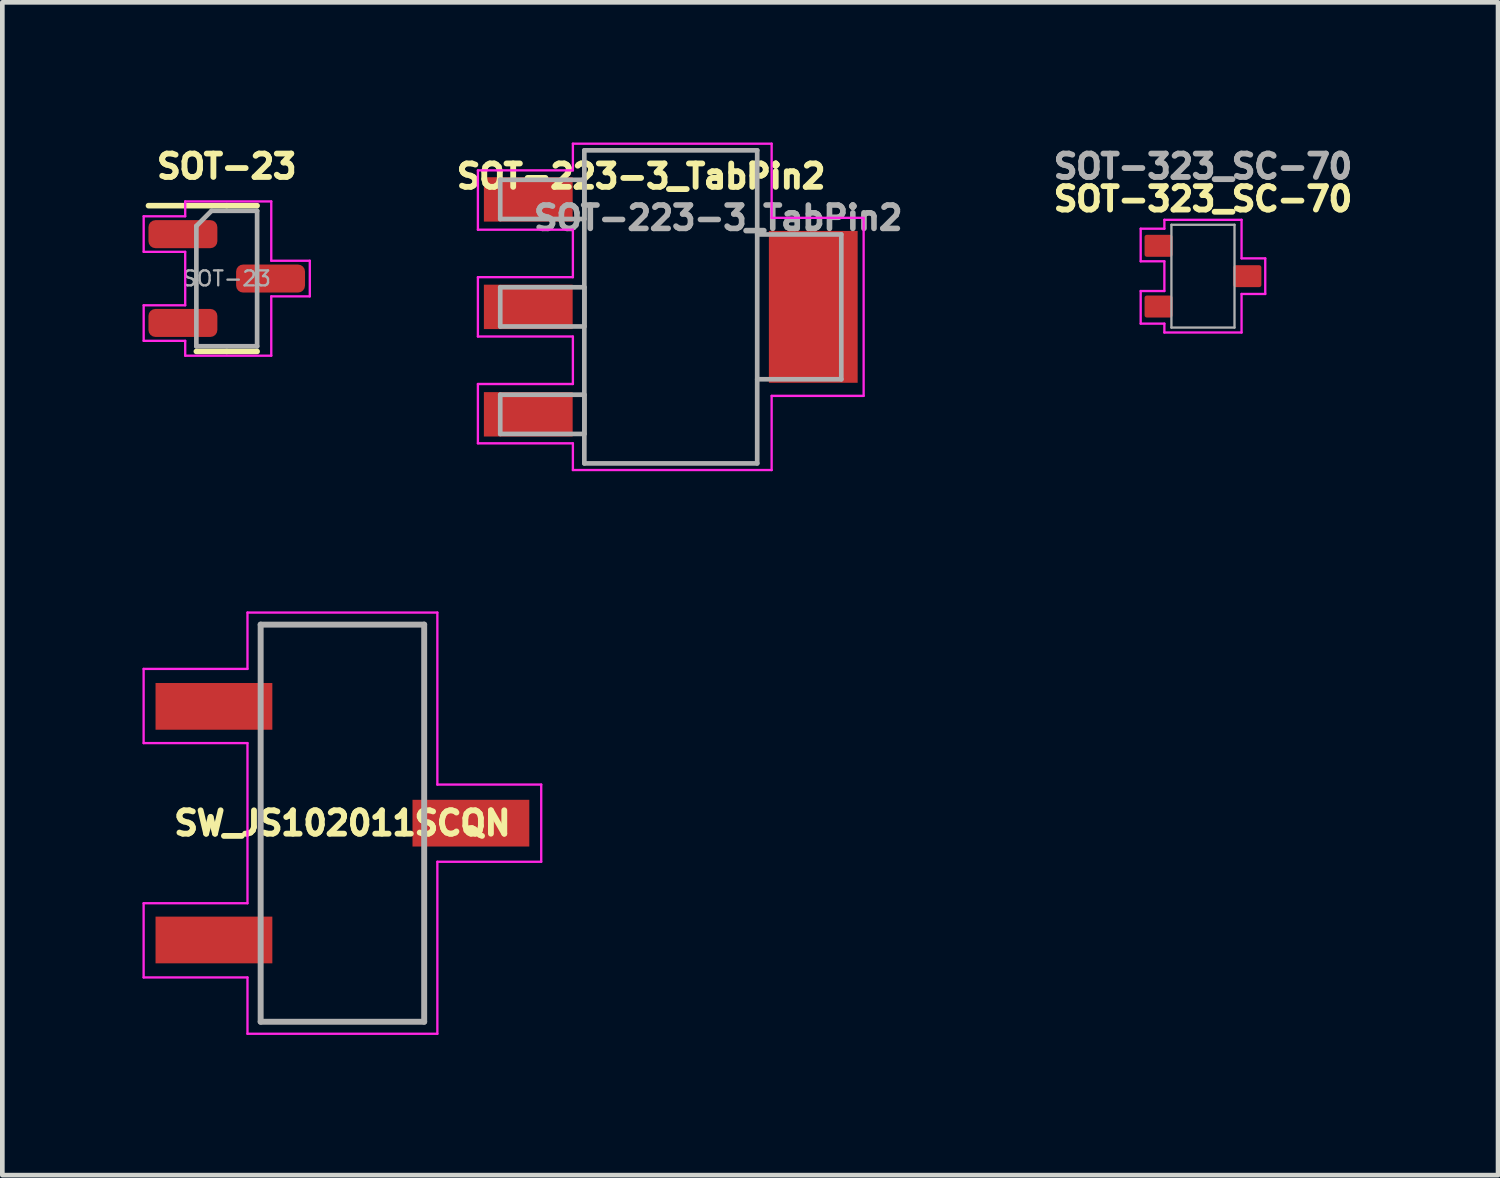
<source format=kicad_pcb>
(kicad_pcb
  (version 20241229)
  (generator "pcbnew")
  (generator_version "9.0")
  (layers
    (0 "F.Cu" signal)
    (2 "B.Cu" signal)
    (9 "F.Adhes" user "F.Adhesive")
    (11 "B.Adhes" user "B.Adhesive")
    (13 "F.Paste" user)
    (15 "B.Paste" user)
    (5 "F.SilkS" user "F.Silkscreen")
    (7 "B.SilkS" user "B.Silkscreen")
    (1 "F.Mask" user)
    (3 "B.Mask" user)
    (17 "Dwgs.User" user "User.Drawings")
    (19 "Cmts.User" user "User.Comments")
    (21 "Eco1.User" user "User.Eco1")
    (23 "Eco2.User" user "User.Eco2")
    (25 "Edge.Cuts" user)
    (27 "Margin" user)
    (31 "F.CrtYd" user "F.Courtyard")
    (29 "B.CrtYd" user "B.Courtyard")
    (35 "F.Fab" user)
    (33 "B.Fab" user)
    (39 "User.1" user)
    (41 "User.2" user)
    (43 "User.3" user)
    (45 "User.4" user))
  (footprint "SOT-323_SC-70"
    (layer "F.Cu")
    (at 22.698 2.861)
    (property "Reference" "SOT-323_SC-70" (at 0 -1.651 0) (layer "F.SilkS") (effects (font (size 0.5 0.5) (thickness 0.125))))
    (attr smd)
    (fp_line (start -1.333 -1.016) (end -1.333 -0.318) (stroke (width 0.05) (type solid)) (layer "F.CrtYd"))
    (fp_line (start -1.333 -1.016) (end -0.826 -1.016) (stroke (width 0.05) (type solid)) (layer "F.CrtYd"))
    (fp_line (start -1.333 -0.318) (end -0.826 -0.318) (stroke (width 0.05) (type solid)) (layer "F.CrtYd"))
    (fp_line (start -1.333 0.318) (end -1.333 1.016) (stroke (width 0.05) (type solid)) (layer "F.CrtYd"))
    (fp_line (start -1.333 0.318) (end -0.826 0.318) (stroke (width 0.05) (type solid)) (layer "F.CrtYd"))
    (fp_line (start -1.333 1.016) (end -0.826 1.016) (stroke (width 0.05) (type solid)) (layer "F.CrtYd"))
    (fp_line (start -0.826 -1.206) (end -0.826 -1.016) (stroke (width 0.05) (type solid)) (layer "F.CrtYd"))
    (fp_line (start -0.826 -1.206) (end 0.826 -1.206) (stroke (width 0.05) (type solid)) (layer "F.CrtYd"))
    (fp_line (start -0.826 -0.318) (end -0.826 0.318) (stroke (width 0.05) (type solid)) (layer "F.CrtYd"))
    (fp_line (start -0.826 1.016) (end -0.826 1.206) (stroke (width 0.05) (type solid)) (layer "F.CrtYd"))
    (fp_line (start 0.826 -1.206) (end 0.826 -0.381) (stroke (width 0.05) (type solid)) (layer "F.CrtYd"))
    (fp_line (start 0.826 -0.381) (end 1.333 -0.381) (stroke (width 0.05) (type solid)) (layer "F.CrtYd"))
    (fp_line (start 0.826 0.381) (end 0.826 1.206) (stroke (width 0.05) (type solid)) (layer "F.CrtYd"))
    (fp_line (start 0.826 0.381) (end 1.333 0.381) (stroke (width 0.05) (type solid)) (layer "F.CrtYd"))
    (fp_line (start 0.826 1.206) (end -0.826 1.206) (stroke (width 0.05) (type solid)) (layer "F.CrtYd"))
    (fp_line (start 1.333 -0.381) (end 1.333 0.381) (stroke (width 0.05) (type solid)) (layer "F.CrtYd"))
    (fp_line (start -0.675 -1.1) (end -0.675 1.1) (stroke (width 0.05) (type solid)) (layer "F.Fab"))
    (fp_line (start 0.675 -1.1) (end -0.675 -1.1) (stroke (width 0.05) (type solid)) (layer "F.Fab"))
    (fp_line (start 0.675 -1.1) (end 0.675 1.1) (stroke (width 0.05) (type solid)) (layer "F.Fab"))
    (fp_line (start 0.675 1.1) (end -0.675 1.1) (stroke (width 0.05) (type solid)) (layer "F.Fab"))
    (fp_text user "${REFERENCE}" (at 0 -2.349 180) (layer "F.Fab") (effects (font (size 0.5 0.5) (thickness 0.125) (bold yes))))
    (pad "1" smd roundrect (at -0.95 -0.65 270) (size 0.47 0.6) (layers "F.Cu" "F.Mask" "F.Paste") (roundrect_rratio 0.1))
    (pad "2" smd roundrect (at -0.95 0.65 270) (size 0.47 0.6) (layers "F.Cu" "F.Mask" "F.Paste") (roundrect_rratio 0.1))
    (pad "3" smd roundrect (at 0.95 0 270) (size 0.47 0.6) (layers "F.Cu" "F.Mask" "F.Paste") (roundrect_rratio 0.1)))
  (footprint "SOT-223-3_TabPin2"
    (layer "F.Cu")
    (at 11.307 3.518)
    (property "Reference" "SOT-223-3_TabPin2" (at -0.635 -2.794 0) (layer "F.SilkS") (effects (font (size 0.5 0.5) (thickness 0.125))))
    (attr smd)
    (fp_line (start -4.128 -2.921) (end -4.128 -1.651) (stroke (width 0.05) (type solid)) (layer "F.CrtYd"))
    (fp_line (start -4.128 -0.635) (end -4.128 0.635) (stroke (width 0.05) (type solid)) (layer "F.CrtYd"))
    (fp_line (start -4.128 2.921) (end -4.128 1.651) (stroke (width 0.05) (type solid)) (layer "F.CrtYd"))
    (fp_line (start -2.095 -2.921) (end -4.128 -2.921) (stroke (width 0.05) (type solid)) (layer "F.CrtYd"))
    (fp_line (start -2.095 -2.921) (end -2.095 -3.493) (stroke (width 0.05) (type solid)) (layer "F.CrtYd"))
    (fp_line (start -2.095 -1.651) (end -4.128 -1.651) (stroke (width 0.05) (type solid)) (layer "F.CrtYd"))
    (fp_line (start -2.095 -0.635) (end -4.128 -0.635) (stroke (width 0.05) (type solid)) (layer "F.CrtYd"))
    (fp_line (start -2.095 -0.635) (end -2.095 -1.651) (stroke (width 0.05) (type solid)) (layer "F.CrtYd"))
    (fp_line (start -2.095 0.635) (end -4.128 0.635) (stroke (width 0.05) (type solid)) (layer "F.CrtYd"))
    (fp_line (start -2.095 1.651) (end -4.128 1.651) (stroke (width 0.05) (type solid)) (layer "F.CrtYd"))
    (fp_line (start -2.095 1.651) (end -2.095 0.635) (stroke (width 0.05) (type solid)) (layer "F.CrtYd"))
    (fp_line (start -2.095 2.921) (end -4.128 2.921) (stroke (width 0.05) (type solid)) (layer "F.CrtYd"))
    (fp_line (start -2.095 3.493) (end -2.095 2.921) (stroke (width 0.05) (type solid)) (layer "F.CrtYd"))
    (fp_line (start -2.095 3.493) (end 2.159 3.493) (stroke (width 0.05) (type solid)) (layer "F.CrtYd"))
    (fp_line (start 2.159 -3.493) (end -2.095 -3.493) (stroke (width 0.05) (type solid)) (layer "F.CrtYd"))
    (fp_line (start 2.159 -1.905) (end 2.159 -3.493) (stroke (width 0.05) (type solid)) (layer "F.CrtYd"))
    (fp_line (start 2.159 3.493) (end 2.159 1.905) (stroke (width 0.05) (type solid)) (layer "F.CrtYd"))
    (fp_line (start 4.128 -1.905) (end 2.159 -1.905) (stroke (width 0.05) (type solid)) (layer "F.CrtYd"))
    (fp_line (start 4.128 1.905) (end 2.159 1.905) (stroke (width 0.05) (type solid)) (layer "F.CrtYd"))
    (fp_line (start 4.128 1.905) (end 4.128 -1.905) (stroke (width 0.05) (type solid)) (layer "F.CrtYd"))
    (fp_line (start -3.65 -1.88) (end -3.65 -2.72) (stroke (width 0.1) (type default)) (layer "F.Fab"))
    (fp_line (start -3.65 0.42) (end -3.65 -0.42) (stroke (width 0.1) (type default)) (layer "F.Fab"))
    (fp_line (start -3.65 2.72) (end -3.65 1.88) (stroke (width 0.1) (type default)) (layer "F.Fab"))
    (fp_line (start -1.85 -3.35) (end -1.85 3.35) (stroke (width 0.1) (type solid)) (layer "F.Fab"))
    (fp_line (start -1.85 -3.35) (end 1.85 -3.35) (stroke (width 0.1) (type solid)) (layer "F.Fab"))
    (fp_line (start -1.85 -2.72) (end -3.65 -2.72) (stroke (width 0.1) (type default)) (layer "F.Fab"))
    (fp_line (start -1.85 -1.88) (end -3.65 -1.88) (stroke (width 0.1) (type default)) (layer "F.Fab"))
    (fp_line (start -1.85 -1.88) (end -1.85 -2.72) (stroke (width 0.1) (type default)) (layer "F.Fab"))
    (fp_line (start -1.85 -0.42) (end -3.65 -0.42) (stroke (width 0.1) (type default)) (layer "F.Fab"))
    (fp_line (start -1.85 0.42) (end -3.65 0.42) (stroke (width 0.1) (type default)) (layer "F.Fab"))
    (fp_line (start -1.85 0.42) (end -1.85 -0.42) (stroke (width 0.1) (type default)) (layer "F.Fab"))
    (fp_line (start -1.85 1.88) (end -3.65 1.88) (stroke (width 0.1) (type default)) (layer "F.Fab"))
    (fp_line (start -1.85 2.72) (end -3.65 2.72) (stroke (width 0.1) (type default)) (layer "F.Fab"))
    (fp_line (start -1.85 2.72) (end -1.85 1.88) (stroke (width 0.1) (type default)) (layer "F.Fab"))
    (fp_line (start -1.85 3.35) (end 1.85 3.35) (stroke (width 0.1) (type solid)) (layer "F.Fab"))
    (fp_line (start 1.85 -3.35) (end 1.85 3.35) (stroke (width 0.1) (type solid)) (layer "F.Fab"))
    (fp_line (start 1.85 -1.55) (end 3.65 -1.55) (stroke (width 0.1) (type solid)) (layer "F.Fab"))
    (fp_line (start 1.85 1.55) (end 3.65 1.55) (stroke (width 0.1) (type solid)) (layer "F.Fab"))
    (fp_line (start 3.65 -1.55) (end 3.65 1.55) (stroke (width 0.1) (type solid)) (layer "F.Fab"))
    (fp_text user "${REFERENCE}" (at 1.016 -1.905 180) (layer "F.Fab") (effects (font (size 0.5 0.5) (thickness 0.12))))
    (pad "1" smd rect (at -3.05 -2.3 90) (size 0.95 1.9) (layers "F.Cu" "F.Mask" "F.Paste"))
    (pad "2" smd rect (at -3.05 0 90) (size 0.95 1.9) (layers "F.Cu" "F.Mask" "F.Paste"))
    (pad "2" smd rect (at 3.05 0 270) (size 3.25 1.9) (layers "F.Cu" "F.Mask" "F.Paste"))
    (pad "3" smd rect (at -3.05 2.3 90) (size 0.95 1.9) (layers "F.Cu" "F.Mask" "F.Paste")))
  (footprint "SOT-23"
    (layer "F.Cu")
    (at 1.803 2.912)
    (property "Reference" "SOT-23" (at 0 -2.4 0) (layer "F.SilkS") (effects (font (size 0.5 0.5) (thickness 0.125))))
    (attr smd)
    (fp_line (start 0 -1.56) (end -1.675 -1.56) (stroke (width 0.12) (type solid)) (layer "F.SilkS"))
    (fp_line (start 0 -1.56) (end 0.65 -1.56) (stroke (width 0.12) (type solid)) (layer "F.SilkS"))
    (fp_line (start 0 1.56) (end -0.65 1.56) (stroke (width 0.12) (type solid)) (layer "F.SilkS"))
    (fp_line (start 0 1.56) (end 0.65 1.56) (stroke (width 0.12) (type solid)) (layer "F.SilkS"))
    (fp_line (start -1.778 -1.333) (end -1.778 -0.572) (stroke (width 0.05) (type solid)) (layer "F.CrtYd"))
    (fp_line (start -1.778 0.572) (end -1.778 1.333) (stroke (width 0.05) (type solid)) (layer "F.CrtYd"))
    (fp_line (start -1.778 1.333) (end -0.889 1.333) (stroke (width 0.05) (type solid)) (layer "F.CrtYd"))
    (fp_line (start -0.889 -1.651) (end -0.889 -1.333) (stroke (width 0.05) (type solid)) (layer "F.CrtYd"))
    (fp_line (start -0.889 -1.333) (end -1.778 -1.333) (stroke (width 0.05) (type solid)) (layer "F.CrtYd"))
    (fp_line (start -0.889 -0.572) (end -1.778 -0.572) (stroke (width 0.05) (type solid)) (layer "F.CrtYd"))
    (fp_line (start -0.889 -0.572) (end -0.889 0.572) (stroke (width 0.05) (type solid)) (layer "F.CrtYd"))
    (fp_line (start -0.889 0.572) (end -1.778 0.572) (stroke (width 0.05) (type solid)) (layer "F.CrtYd"))
    (fp_line (start -0.889 1.333) (end -0.889 1.651) (stroke (width 0.05) (type solid)) (layer "F.CrtYd"))
    (fp_line (start -0.889 1.651) (end 0.953 1.651) (stroke (width 0.05) (type solid)) (layer "F.CrtYd"))
    (fp_line (start 0.953 -1.651) (end -0.889 -1.651) (stroke (width 0.05) (type solid)) (layer "F.CrtYd"))
    (fp_line (start 0.953 -1.651) (end 0.953 -0.381) (stroke (width 0.05) (type solid)) (layer "F.CrtYd"))
    (fp_line (start 0.953 0.381) (end 0.953 1.651) (stroke (width 0.05) (type solid)) (layer "F.CrtYd"))
    (fp_line (start 1.778 -0.381) (end 0.953 -0.381) (stroke (width 0.05) (type solid)) (layer "F.CrtYd"))
    (fp_line (start 1.778 0.381) (end 0.953 0.381) (stroke (width 0.05) (type solid)) (layer "F.CrtYd"))
    (fp_line (start 1.778 0.381) (end 1.778 -0.381) (stroke (width 0.05) (type solid)) (layer "F.CrtYd"))
    (fp_line (start -0.65 -1.125) (end -0.325 -1.45) (stroke (width 0.1) (type solid)) (layer "F.Fab"))
    (fp_line (start -0.65 1.45) (end -0.65 -1.125) (stroke (width 0.1) (type solid)) (layer "F.Fab"))
    (fp_line (start -0.325 -1.45) (end 0.65 -1.45) (stroke (width 0.1) (type solid)) (layer "F.Fab"))
    (fp_line (start 0.65 -1.45) (end 0.65 1.45) (stroke (width 0.1) (type solid)) (layer "F.Fab"))
    (fp_line (start 0.65 1.45) (end -0.65 1.45) (stroke (width 0.1) (type solid)) (layer "F.Fab"))
    (fp_text user "${REFERENCE}" (at 0 0 0) (layer "F.Fab") (effects (font (size 0.32 0.32) (thickness 0.05))))
    (pad "1" smd roundrect (at -0.938 -0.95) (size 1.475 0.6) (layers "F.Cu" "F.Mask" "F.Paste") (roundrect_rratio 0.25))
    (pad "2" smd roundrect (at -0.938 0.95) (size 1.475 0.6) (layers "F.Cu" "F.Mask" "F.Paste") (roundrect_rratio 0.25))
    (pad "3" smd roundrect (at 0.938 0) (size 1.475 0.6) (layers "F.Cu" "F.Mask" "F.Paste") (roundrect_rratio 0.25)))
  (footprint "SW_JS102011SCQN"
    (layer "F.Cu")
    (at 4.279 14.569)
    (property "Reference" "SW_JS102011SCQN" (at 0 0 0) (layer "F.SilkS") (effects (font (size 0.5 0.5) (thickness 0.125))))
    (attr smd)
    (fp_line (start -4.255 -3.302) (end -4.255 -1.714) (stroke (width 0.05) (type solid)) (layer "F.CrtYd"))
    (fp_line (start -4.255 -3.302) (end -2.032 -3.302) (stroke (width 0.05) (type solid)) (layer "F.CrtYd"))
    (fp_line (start -4.255 -1.714) (end -2.032 -1.714) (stroke (width 0.05) (type solid)) (layer "F.CrtYd"))
    (fp_line (start -4.255 1.714) (end -4.255 3.302) (stroke (width 0.05) (type solid)) (layer "F.CrtYd"))
    (fp_line (start -4.255 1.714) (end -2.032 1.714) (stroke (width 0.05) (type solid)) (layer "F.CrtYd"))
    (fp_line (start -4.255 3.302) (end -2.032 3.302) (stroke (width 0.05) (type solid)) (layer "F.CrtYd"))
    (fp_line (start -2.032 -4.508) (end -2.032 -3.302) (stroke (width 0.05) (type solid)) (layer "F.CrtYd"))
    (fp_line (start -2.032 -1.714) (end -2.032 1.714) (stroke (width 0.05) (type solid)) (layer "F.CrtYd"))
    (fp_line (start -2.032 3.302) (end -2.032 4.508) (stroke (width 0.05) (type solid)) (layer "F.CrtYd"))
    (fp_line (start -2.032 4.508) (end 2.032 4.508) (stroke (width 0.05) (type solid)) (layer "F.CrtYd"))
    (fp_line (start 2.032 -4.508) (end -2.032 -4.508) (stroke (width 0.05) (type solid)) (layer "F.CrtYd"))
    (fp_line (start 2.032 -0.826) (end 2.032 -4.508) (stroke (width 0.05) (type solid)) (layer "F.CrtYd"))
    (fp_line (start 2.032 -0.826) (end 4.255 -0.826) (stroke (width 0.05) (type solid)) (layer "F.CrtYd"))
    (fp_line (start 2.032 0.826) (end 4.255 0.826) (stroke (width 0.05) (type solid)) (layer "F.CrtYd"))
    (fp_line (start 2.032 4.508) (end 2.032 0.826) (stroke (width 0.05) (type solid)) (layer "F.CrtYd"))
    (fp_line (start 4.255 0.826) (end 4.255 -0.826) (stroke (width 0.05) (type solid)) (layer "F.CrtYd"))
    (fp_line (start -1.75 -4.25) (end 1.75 -4.25) (stroke (width 0.127) (type solid)) (layer "F.Fab"))
    (fp_line (start -1.75 4.25) (end -1.75 -4.25) (stroke (width 0.127) (type solid)) (layer "F.Fab"))
    (fp_line (start 1.75 -4.25) (end 1.75 4.25) (stroke (width 0.127) (type solid)) (layer "F.Fab"))
    (fp_line (start 1.75 4.25) (end -1.75 4.25) (stroke (width 0.127) (type solid)) (layer "F.Fab"))
    (pad "1" smd rect (at -2.75 -2.5) (size 2.5 1) (layers "F.Cu" "F.Mask" "F.Paste"))
    (pad "2" smd rect (at 2.75 0) (size 2.5 1) (layers "F.Cu" "F.Mask" "F.Paste"))
    (pad "3" smd rect (at -2.75 2.5) (size 2.5 1) (layers "F.Cu" "F.Mask" "F.Paste")))
  (gr_rect
    (start -3 -3)
    (end 29.014 22.102)
    (stroke (width 0.1) (type default))
    (fill no)
    (layer "Edge.Cuts")))
</source>
